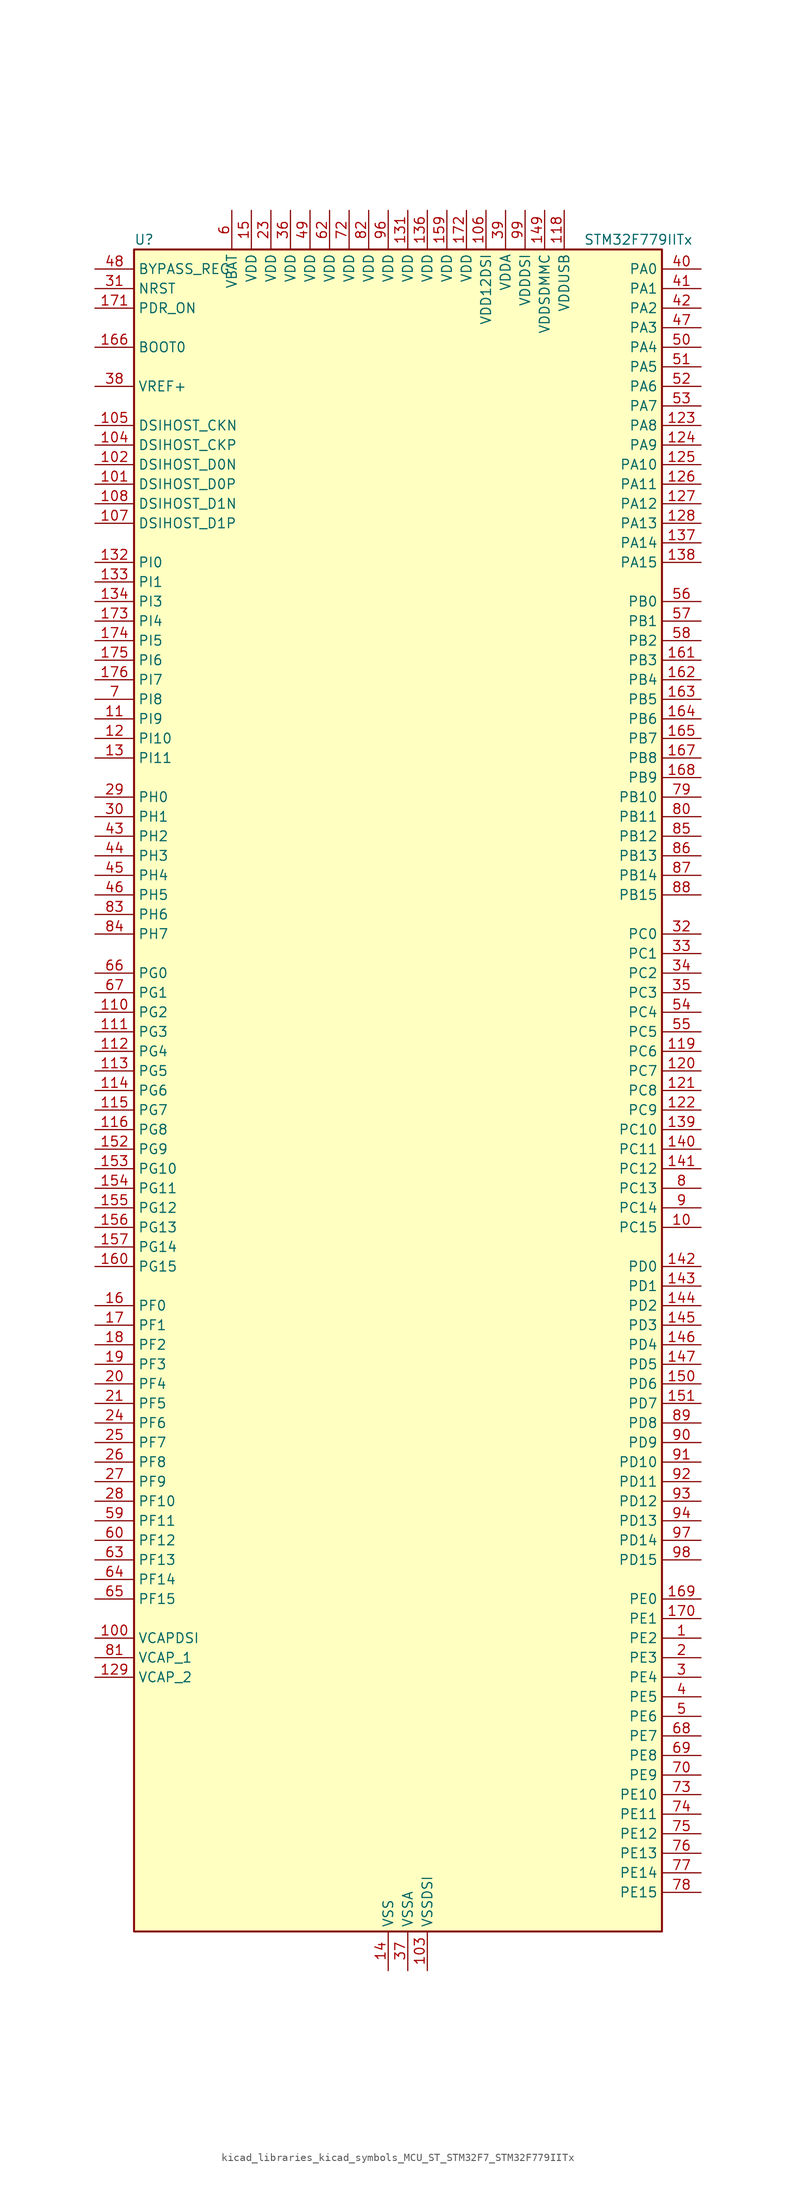
<source format=kicad_sym>
(kicad_symbol_lib
  (version 20220914)
  (generator kicad_symbol_editor)
  (symbol "kicad_libraries_kicad_symbols_MCU_ST_STM32F7_STM32F779IITx"
    (property "Reference" "U"
      (at -33.02 110.49 0)
      (effects (font (size 1.27 1.27)) (justify left)))
    (property "Value" "STM32F779IITx"
      (at 25.4 110.49 0)
      (effects (font (size 1.27 1.27)) (justify left)))
    (property "ki_locked" ""
      (at 0 0 0)
      (effects (font (size 1.27 1.27))))
    (symbol "kicad_libraries_kicad_symbols_MCU_ST_STM32F7_STM32F779IITx_0_1"
      (rectangle (start -33.02 -109.22) (end 35.56 109.22) (stroke (width 0.254) (type default)) (fill (type background))))
    (symbol "kicad_libraries_kicad_symbols_MCU_ST_STM32F7_STM32F779IITx_1_1"
      (pin bidirectional line (at 40.64 -71.12 180) (length 5.08) (name "PE2" (effects (font (size 1.27 1.27)))) (number "1" (effects (font (size 1.27 1.27)))) (alternate "ETH_TXD3" bidirectional line) (alternate "FMC_A23" bidirectional line) (alternate "QUADSPI_BK1_IO2" bidirectional line) (alternate "SAI1_MCLK_A" bidirectional line) (alternate "SPI4_SCK" bidirectional line) (alternate "SYS_TRACECLK" bidirectional line))
      (pin bidirectional line (at 40.64 -17.78 180) (length 5.08) (name "PC15" (effects (font (size 1.27 1.27)))) (number "10" (effects (font (size 1.27 1.27)))) (alternate "RCC_OSC32_OUT" bidirectional line))
      (pin power_out line (at -38.1 -71.12 0) (length 5.08) (name "VCAPDSI" (effects (font (size 1.27 1.27)))) (number "100" (effects (font (size 1.27 1.27)))))
      (pin bidirectional line (at -38.1 78.74 0) (length 5.08) (name "DSIHOST_D0P" (effects (font (size 1.27 1.27)))) (number "101" (effects (font (size 1.27 1.27)))) (alternate "DSIHOST_D0P" bidirectional line))
      (pin bidirectional line (at -38.1 81.28 0) (length 5.08) (name "DSIHOST_D0N" (effects (font (size 1.27 1.27)))) (number "102" (effects (font (size 1.27 1.27)))) (alternate "DSIHOST_D0N" bidirectional line))
      (pin power_in line (at 5.08 -114.3 90) (length 5.08) (name "VSSDSI" (effects (font (size 1.27 1.27)))) (number "103" (effects (font (size 1.27 1.27)))))
      (pin bidirectional line (at -38.1 83.82 0) (length 5.08) (name "DSIHOST_CKP" (effects (font (size 1.27 1.27)))) (number "104" (effects (font (size 1.27 1.27)))) (alternate "DSIHOST_CKP" bidirectional line))
      (pin bidirectional line (at -38.1 86.36 0) (length 5.08) (name "DSIHOST_CKN" (effects (font (size 1.27 1.27)))) (number "105" (effects (font (size 1.27 1.27)))) (alternate "DSIHOST_CKN" bidirectional line))
      (pin power_in line (at 12.7 114.3 270) (length 5.08) (name "VDD12DSI" (effects (font (size 1.27 1.27)))) (number "106" (effects (font (size 1.27 1.27)))))
      (pin bidirectional line (at -38.1 73.66 0) (length 5.08) (name "DSIHOST_D1P" (effects (font (size 1.27 1.27)))) (number "107" (effects (font (size 1.27 1.27)))) (alternate "DSIHOST_D1P" bidirectional line))
      (pin bidirectional line (at -38.1 76.2 0) (length 5.08) (name "DSIHOST_D1N" (effects (font (size 1.27 1.27)))) (number "108" (effects (font (size 1.27 1.27)))) (alternate "DSIHOST_D1N" bidirectional line))
      (pin passive line (at 5.08 -114.3 90) (length 5.08) hide (name "VSSDSI" (effects (font (size 1.27 1.27)))) (number "109" (effects (font (size 1.27 1.27)))))
      (pin bidirectional line (at -38.1 48.26 0) (length 5.08) (name "PI9" (effects (font (size 1.27 1.27)))) (number "11" (effects (font (size 1.27 1.27)))) (alternate "CAN1_RX" bidirectional line) (alternate "DAC_EXTI9" bidirectional line) (alternate "FMC_D30" bidirectional line) (alternate "LTDC_VSYNC" bidirectional line) (alternate "UART4_RX" bidirectional line))
      (pin bidirectional line (at -38.1 10.16 0) (length 5.08) (name "PG2" (effects (font (size 1.27 1.27)))) (number "110" (effects (font (size 1.27 1.27)))) (alternate "FMC_A12" bidirectional line))
      (pin bidirectional line (at -38.1 7.62 0) (length 5.08) (name "PG3" (effects (font (size 1.27 1.27)))) (number "111" (effects (font (size 1.27 1.27)))) (alternate "FMC_A13" bidirectional line))
      (pin bidirectional line (at -38.1 5.08 0) (length 5.08) (name "PG4" (effects (font (size 1.27 1.27)))) (number "112" (effects (font (size 1.27 1.27)))) (alternate "FMC_A14" bidirectional line) (alternate "FMC_BA0" bidirectional line))
      (pin bidirectional line (at -38.1 2.54 0) (length 5.08) (name "PG5" (effects (font (size 1.27 1.27)))) (number "113" (effects (font (size 1.27 1.27)))) (alternate "FMC_A15" bidirectional line) (alternate "FMC_BA1" bidirectional line))
      (pin bidirectional line (at -38.1 0 0) (length 5.08) (name "PG6" (effects (font (size 1.27 1.27)))) (number "114" (effects (font (size 1.27 1.27)))) (alternate "DCMI_D12" bidirectional line) (alternate "FMC_NE3" bidirectional line) (alternate "LTDC_R7" bidirectional line))
      (pin bidirectional line (at -38.1 -2.54 0) (length 5.08) (name "PG7" (effects (font (size 1.27 1.27)))) (number "115" (effects (font (size 1.27 1.27)))) (alternate "DCMI_D13" bidirectional line) (alternate "FMC_INT" bidirectional line) (alternate "LTDC_CLK" bidirectional line) (alternate "SAI1_MCLK_A" bidirectional line) (alternate "USART6_CK" bidirectional line))
      (pin bidirectional line (at -38.1 -5.08 0) (length 5.08) (name "PG8" (effects (font (size 1.27 1.27)))) (number "116" (effects (font (size 1.27 1.27)))) (alternate "ETH_PPS_OUT" bidirectional line) (alternate "FMC_SDCLK" bidirectional line) (alternate "LTDC_G7" bidirectional line) (alternate "SPDIFRX_IN2" bidirectional line) (alternate "SPI6_NSS" bidirectional line) (alternate "USART6_DE" bidirectional line) (alternate "USART6_RTS" bidirectional line))
      (pin passive line (at 0 -114.3 90) (length 5.08) hide (name "VSS" (effects (font (size 1.27 1.27)))) (number "117" (effects (font (size 1.27 1.27)))))
      (pin power_in line (at 22.86 114.3 270) (length 5.08) (name "VDDUSB" (effects (font (size 1.27 1.27)))) (number "118" (effects (font (size 1.27 1.27)))))
      (pin bidirectional line (at 40.64 5.08 180) (length 5.08) (name "PC6" (effects (font (size 1.27 1.27)))) (number "119" (effects (font (size 1.27 1.27)))) (alternate "DCMI_D0" bidirectional line) (alternate "DFSDM1_CKIN3" bidirectional line) (alternate "FMC_NWAIT" bidirectional line) (alternate "I2S2_MCK" bidirectional line) (alternate "LTDC_HSYNC" bidirectional line) (alternate "SDMMC1_D6" bidirectional line) (alternate "SDMMC2_D6" bidirectional line) (alternate "TIM3_CH1" bidirectional line) (alternate "TIM8_CH1" bidirectional line) (alternate "USART6_TX" bidirectional line))
      (pin bidirectional line (at -38.1 45.72 0) (length 5.08) (name "PI10" (effects (font (size 1.27 1.27)))) (number "12" (effects (font (size 1.27 1.27)))) (alternate "ETH_RX_ER" bidirectional line) (alternate "FMC_D31" bidirectional line) (alternate "LTDC_HSYNC" bidirectional line))
      (pin bidirectional line (at 40.64 2.54 180) (length 5.08) (name "PC7" (effects (font (size 1.27 1.27)))) (number "120" (effects (font (size 1.27 1.27)))) (alternate "DCMI_D1" bidirectional line) (alternate "DFSDM1_DATIN3" bidirectional line) (alternate "FMC_NE1" bidirectional line) (alternate "I2S3_MCK" bidirectional line) (alternate "LTDC_G6" bidirectional line) (alternate "SDMMC1_D7" bidirectional line) (alternate "SDMMC2_D7" bidirectional line) (alternate "TIM3_CH2" bidirectional line) (alternate "TIM8_CH2" bidirectional line) (alternate "USART6_RX" bidirectional line))
      (pin bidirectional line (at 40.64 0 180) (length 5.08) (name "PC8" (effects (font (size 1.27 1.27)))) (number "121" (effects (font (size 1.27 1.27)))) (alternate "DCMI_D2" bidirectional line) (alternate "FMC_NCE" bidirectional line) (alternate "FMC_NE2" bidirectional line) (alternate "SDMMC1_D0" bidirectional line) (alternate "SYS_TRACED1" bidirectional line) (alternate "TIM3_CH3" bidirectional line) (alternate "TIM8_CH3" bidirectional line) (alternate "UART5_DE" bidirectional line) (alternate "UART5_RTS" bidirectional line) (alternate "USART6_CK" bidirectional line))
      (pin bidirectional line (at 40.64 -2.54 180) (length 5.08) (name "PC9" (effects (font (size 1.27 1.27)))) (number "122" (effects (font (size 1.27 1.27)))) (alternate "DAC_EXTI9" bidirectional line) (alternate "DCMI_D3" bidirectional line) (alternate "I2C3_SDA" bidirectional line) (alternate "I2S_CKIN" bidirectional line) (alternate "LTDC_B2" bidirectional line) (alternate "LTDC_G3" bidirectional line) (alternate "QUADSPI_BK1_IO0" bidirectional line) (alternate "RCC_MCO_2" bidirectional line) (alternate "SDMMC1_D1" bidirectional line) (alternate "TIM3_CH4" bidirectional line) (alternate "TIM8_CH4" bidirectional line) (alternate "UART5_CTS" bidirectional line))
      (pin bidirectional line (at 40.64 86.36 180) (length 5.08) (name "PA8" (effects (font (size 1.27 1.27)))) (number "123" (effects (font (size 1.27 1.27)))) (alternate "CAN3_RX" bidirectional line) (alternate "I2C3_SCL" bidirectional line) (alternate "LTDC_B3" bidirectional line) (alternate "LTDC_R6" bidirectional line) (alternate "RCC_MCO_1" bidirectional line) (alternate "TIM1_CH1" bidirectional line) (alternate "TIM8_BKIN2" bidirectional line) (alternate "UART7_RX" bidirectional line) (alternate "USART1_CK" bidirectional line) (alternate "USB_OTG_FS_SOF" bidirectional line))
      (pin bidirectional line (at 40.64 83.82 180) (length 5.08) (name "PA9" (effects (font (size 1.27 1.27)))) (number "124" (effects (font (size 1.27 1.27)))) (alternate "DAC_EXTI9" bidirectional line) (alternate "DCMI_D0" bidirectional line) (alternate "I2C3_SMBA" bidirectional line) (alternate "I2S2_CK" bidirectional line) (alternate "LTDC_R5" bidirectional line) (alternate "SPI2_SCK" bidirectional line) (alternate "TIM1_CH2" bidirectional line) (alternate "USART1_TX" bidirectional line) (alternate "USB_OTG_FS_VBUS" bidirectional line))
      (pin bidirectional line (at 40.64 81.28 180) (length 5.08) (name "PA10" (effects (font (size 1.27 1.27)))) (number "125" (effects (font (size 1.27 1.27)))) (alternate "DCMI_D1" bidirectional line) (alternate "LTDC_B1" bidirectional line) (alternate "LTDC_B4" bidirectional line) (alternate "MDIOS_MDIO" bidirectional line) (alternate "TIM1_CH3" bidirectional line) (alternate "USART1_RX" bidirectional line) (alternate "USB_OTG_FS_ID" bidirectional line))
      (pin bidirectional line (at 40.64 78.74 180) (length 5.08) (name "PA11" (effects (font (size 1.27 1.27)))) (number "126" (effects (font (size 1.27 1.27)))) (alternate "ADC1_EXTI11" bidirectional line) (alternate "ADC2_EXTI11" bidirectional line) (alternate "ADC3_EXTI11" bidirectional line) (alternate "CAN1_RX" bidirectional line) (alternate "I2S2_WS" bidirectional line) (alternate "LTDC_R4" bidirectional line) (alternate "SPI2_NSS" bidirectional line) (alternate "TIM1_CH4" bidirectional line) (alternate "UART4_RX" bidirectional line) (alternate "USART1_CTS" bidirectional line) (alternate "USB_OTG_FS_DM" bidirectional line))
      (pin bidirectional line (at 40.64 76.2 180) (length 5.08) (name "PA12" (effects (font (size 1.27 1.27)))) (number "127" (effects (font (size 1.27 1.27)))) (alternate "CAN1_TX" bidirectional line) (alternate "I2S2_CK" bidirectional line) (alternate "LTDC_R5" bidirectional line) (alternate "SAI2_FS_B" bidirectional line) (alternate "SPI2_SCK" bidirectional line) (alternate "TIM1_ETR" bidirectional line) (alternate "UART4_TX" bidirectional line) (alternate "USART1_DE" bidirectional line) (alternate "USART1_RTS" bidirectional line) (alternate "USB_OTG_FS_DP" bidirectional line))
      (pin bidirectional line (at 40.64 73.66 180) (length 5.08) (name "PA13" (effects (font (size 1.27 1.27)))) (number "128" (effects (font (size 1.27 1.27)))) (alternate "SYS_JTMS-SWDIO" bidirectional line))
      (pin power_out line (at -38.1 -76.2 0) (length 5.08) (name "VCAP_2" (effects (font (size 1.27 1.27)))) (number "129" (effects (font (size 1.27 1.27)))))
      (pin bidirectional line (at -38.1 43.18 0) (length 5.08) (name "PI11" (effects (font (size 1.27 1.27)))) (number "13" (effects (font (size 1.27 1.27)))) (alternate "ADC1_EXTI11" bidirectional line) (alternate "ADC2_EXTI11" bidirectional line) (alternate "ADC3_EXTI11" bidirectional line) (alternate "LTDC_G6" bidirectional line) (alternate "SYS_WKUP6" bidirectional line) (alternate "USB_OTG_HS_ULPI_DIR" bidirectional line))
      (pin passive line (at 0 -114.3 90) (length 5.08) hide (name "VSS" (effects (font (size 1.27 1.27)))) (number "130" (effects (font (size 1.27 1.27)))))
      (pin power_in line (at 2.54 114.3 270) (length 5.08) (name "VDD" (effects (font (size 1.27 1.27)))) (number "131" (effects (font (size 1.27 1.27)))))
      (pin bidirectional line (at -38.1 68.58 0) (length 5.08) (name "PI0" (effects (font (size 1.27 1.27)))) (number "132" (effects (font (size 1.27 1.27)))) (alternate "DCMI_D13" bidirectional line) (alternate "FMC_D24" bidirectional line) (alternate "I2S2_WS" bidirectional line) (alternate "LTDC_G5" bidirectional line) (alternate "SPI2_NSS" bidirectional line) (alternate "TIM5_CH4" bidirectional line))
      (pin bidirectional line (at -38.1 66.04 0) (length 5.08) (name "PI1" (effects (font (size 1.27 1.27)))) (number "133" (effects (font (size 1.27 1.27)))) (alternate "DCMI_D8" bidirectional line) (alternate "FMC_D25" bidirectional line) (alternate "I2S2_CK" bidirectional line) (alternate "LTDC_G6" bidirectional line) (alternate "SPI2_SCK" bidirectional line) (alternate "TIM8_BKIN2" bidirectional line))
      (pin bidirectional line (at -38.1 63.5 0) (length 5.08) (name "PI3" (effects (font (size 1.27 1.27)))) (number "134" (effects (font (size 1.27 1.27)))) (alternate "DCMI_D10" bidirectional line) (alternate "FMC_D27" bidirectional line) (alternate "I2S2_SD" bidirectional line) (alternate "SPI2_MOSI" bidirectional line) (alternate "TIM8_ETR" bidirectional line))
      (pin passive line (at 0 -114.3 90) (length 5.08) hide (name "VSS" (effects (font (size 1.27 1.27)))) (number "135" (effects (font (size 1.27 1.27)))))
      (pin power_in line (at 5.08 114.3 270) (length 5.08) (name "VDD" (effects (font (size 1.27 1.27)))) (number "136" (effects (font (size 1.27 1.27)))))
      (pin bidirectional line (at 40.64 71.12 180) (length 5.08) (name "PA14" (effects (font (size 1.27 1.27)))) (number "137" (effects (font (size 1.27 1.27)))) (alternate "SYS_JTCK-SWCLK" bidirectional line))
      (pin bidirectional line (at 40.64 68.58 180) (length 5.08) (name "PA15" (effects (font (size 1.27 1.27)))) (number "138" (effects (font (size 1.27 1.27)))) (alternate "CAN3_TX" bidirectional line) (alternate "CEC" bidirectional line) (alternate "I2S1_WS" bidirectional line) (alternate "I2S3_WS" bidirectional line) (alternate "SPI1_NSS" bidirectional line) (alternate "SPI3_NSS" bidirectional line) (alternate "SPI6_NSS" bidirectional line) (alternate "SYS_JTDI" bidirectional line) (alternate "TIM2_CH1" bidirectional line) (alternate "TIM2_ETR" bidirectional line) (alternate "UART4_DE" bidirectional line) (alternate "UART4_RTS" bidirectional line) (alternate "UART7_TX" bidirectional line))
      (pin bidirectional line (at 40.64 -5.08 180) (length 5.08) (name "PC10" (effects (font (size 1.27 1.27)))) (number "139" (effects (font (size 1.27 1.27)))) (alternate "DCMI_D8" bidirectional line) (alternate "DFSDM1_CKIN5" bidirectional line) (alternate "I2S3_CK" bidirectional line) (alternate "LTDC_R2" bidirectional line) (alternate "QUADSPI_BK1_IO1" bidirectional line) (alternate "SDMMC1_D2" bidirectional line) (alternate "SPI3_SCK" bidirectional line) (alternate "UART4_TX" bidirectional line) (alternate "USART3_TX" bidirectional line))
      (pin power_in line (at 0 -114.3 90) (length 5.08) (name "VSS" (effects (font (size 1.27 1.27)))) (number "14" (effects (font (size 1.27 1.27)))))
      (pin bidirectional line (at 40.64 -7.62 180) (length 5.08) (name "PC11" (effects (font (size 1.27 1.27)))) (number "140" (effects (font (size 1.27 1.27)))) (alternate "ADC1_EXTI11" bidirectional line) (alternate "ADC2_EXTI11" bidirectional line) (alternate "ADC3_EXTI11" bidirectional line) (alternate "DCMI_D4" bidirectional line) (alternate "DFSDM1_DATIN5" bidirectional line) (alternate "QUADSPI_BK2_NCS" bidirectional line) (alternate "SDMMC1_D3" bidirectional line) (alternate "SPI3_MISO" bidirectional line) (alternate "UART4_RX" bidirectional line) (alternate "USART3_RX" bidirectional line))
      (pin bidirectional line (at 40.64 -10.16 180) (length 5.08) (name "PC12" (effects (font (size 1.27 1.27)))) (number "141" (effects (font (size 1.27 1.27)))) (alternate "DCMI_D9" bidirectional line) (alternate "I2S3_SD" bidirectional line) (alternate "SDMMC1_CK" bidirectional line) (alternate "SPI3_MOSI" bidirectional line) (alternate "SYS_TRACED3" bidirectional line) (alternate "UART5_TX" bidirectional line) (alternate "USART3_CK" bidirectional line))
      (pin bidirectional line (at 40.64 -22.86 180) (length 5.08) (name "PD0" (effects (font (size 1.27 1.27)))) (number "142" (effects (font (size 1.27 1.27)))) (alternate "CAN1_RX" bidirectional line) (alternate "DFSDM1_CKIN6" bidirectional line) (alternate "DFSDM1_DATIN7" bidirectional line) (alternate "FMC_D2" bidirectional line) (alternate "FMC_DA2" bidirectional line) (alternate "UART4_RX" bidirectional line))
      (pin bidirectional line (at 40.64 -25.4 180) (length 5.08) (name "PD1" (effects (font (size 1.27 1.27)))) (number "143" (effects (font (size 1.27 1.27)))) (alternate "CAN1_TX" bidirectional line) (alternate "DFSDM1_CKIN7" bidirectional line) (alternate "DFSDM1_DATIN6" bidirectional line) (alternate "FMC_D3" bidirectional line) (alternate "FMC_DA3" bidirectional line) (alternate "UART4_TX" bidirectional line))
      (pin bidirectional line (at 40.64 -27.94 180) (length 5.08) (name "PD2" (effects (font (size 1.27 1.27)))) (number "144" (effects (font (size 1.27 1.27)))) (alternate "DCMI_D11" bidirectional line) (alternate "SDMMC1_CMD" bidirectional line) (alternate "SYS_TRACED2" bidirectional line) (alternate "TIM3_ETR" bidirectional line) (alternate "UART5_RX" bidirectional line))
      (pin bidirectional line (at 40.64 -30.48 180) (length 5.08) (name "PD3" (effects (font (size 1.27 1.27)))) (number "145" (effects (font (size 1.27 1.27)))) (alternate "DCMI_D5" bidirectional line) (alternate "DFSDM1_CKOUT" bidirectional line) (alternate "DFSDM1_DATIN0" bidirectional line) (alternate "FMC_CLK" bidirectional line) (alternate "I2S2_CK" bidirectional line) (alternate "LTDC_G7" bidirectional line) (alternate "SPI2_SCK" bidirectional line) (alternate "USART2_CTS" bidirectional line))
      (pin bidirectional line (at 40.64 -33.02 180) (length 5.08) (name "PD4" (effects (font (size 1.27 1.27)))) (number "146" (effects (font (size 1.27 1.27)))) (alternate "DFSDM1_CKIN0" bidirectional line) (alternate "FMC_NOE" bidirectional line) (alternate "USART2_DE" bidirectional line) (alternate "USART2_RTS" bidirectional line))
      (pin bidirectional line (at 40.64 -35.56 180) (length 5.08) (name "PD5" (effects (font (size 1.27 1.27)))) (number "147" (effects (font (size 1.27 1.27)))) (alternate "FMC_NWE" bidirectional line) (alternate "USART2_TX" bidirectional line))
      (pin passive line (at 0 -114.3 90) (length 5.08) hide (name "VSS" (effects (font (size 1.27 1.27)))) (number "148" (effects (font (size 1.27 1.27)))))
      (pin power_in line (at 20.32 114.3 270) (length 5.08) (name "VDDSDMMC" (effects (font (size 1.27 1.27)))) (number "149" (effects (font (size 1.27 1.27)))))
      (pin power_in line (at -17.78 114.3 270) (length 5.08) (name "VDD" (effects (font (size 1.27 1.27)))) (number "15" (effects (font (size 1.27 1.27)))))
      (pin bidirectional line (at 40.64 -38.1 180) (length 5.08) (name "PD6" (effects (font (size 1.27 1.27)))) (number "150" (effects (font (size 1.27 1.27)))) (alternate "DCMI_D10" bidirectional line) (alternate "DFSDM1_CKIN4" bidirectional line) (alternate "DFSDM1_DATIN1" bidirectional line) (alternate "FMC_NWAIT" bidirectional line) (alternate "I2S3_SD" bidirectional line) (alternate "LTDC_B2" bidirectional line) (alternate "SAI1_SD_A" bidirectional line) (alternate "SDMMC2_CK" bidirectional line) (alternate "SPI3_MOSI" bidirectional line) (alternate "USART2_RX" bidirectional line))
      (pin bidirectional line (at 40.64 -40.64 180) (length 5.08) (name "PD7" (effects (font (size 1.27 1.27)))) (number "151" (effects (font (size 1.27 1.27)))) (alternate "DFSDM1_CKIN1" bidirectional line) (alternate "DFSDM1_DATIN4" bidirectional line) (alternate "FMC_NE1" bidirectional line) (alternate "I2S1_SD" bidirectional line) (alternate "SDMMC2_CMD" bidirectional line) (alternate "SPDIFRX_IN0" bidirectional line) (alternate "SPI1_MOSI" bidirectional line) (alternate "USART2_CK" bidirectional line))
      (pin bidirectional line (at -38.1 -7.62 0) (length 5.08) (name "PG9" (effects (font (size 1.27 1.27)))) (number "152" (effects (font (size 1.27 1.27)))) (alternate "DAC_EXTI9" bidirectional line) (alternate "DCMI_VSYNC" bidirectional line) (alternate "FMC_NCE" bidirectional line) (alternate "FMC_NE2" bidirectional line) (alternate "QUADSPI_BK2_IO2" bidirectional line) (alternate "SAI2_FS_B" bidirectional line) (alternate "SDMMC2_D0" bidirectional line) (alternate "SPDIFRX_IN3" bidirectional line) (alternate "SPI1_MISO" bidirectional line) (alternate "USART6_RX" bidirectional line))
      (pin bidirectional line (at -38.1 -10.16 0) (length 5.08) (name "PG10" (effects (font (size 1.27 1.27)))) (number "153" (effects (font (size 1.27 1.27)))) (alternate "DCMI_D2" bidirectional line) (alternate "FMC_NE3" bidirectional line) (alternate "I2S1_WS" bidirectional line) (alternate "LTDC_B2" bidirectional line) (alternate "LTDC_G3" bidirectional line) (alternate "SAI2_SD_B" bidirectional line) (alternate "SDMMC2_D1" bidirectional line) (alternate "SPI1_NSS" bidirectional line))
      (pin bidirectional line (at -38.1 -12.7 0) (length 5.08) (name "PG11" (effects (font (size 1.27 1.27)))) (number "154" (effects (font (size 1.27 1.27)))) (alternate "ADC1_EXTI11" bidirectional line) (alternate "ADC2_EXTI11" bidirectional line) (alternate "ADC3_EXTI11" bidirectional line) (alternate "DCMI_D3" bidirectional line) (alternate "ETH_TX_EN" bidirectional line) (alternate "I2S1_CK" bidirectional line) (alternate "LTDC_B3" bidirectional line) (alternate "SDMMC2_D2" bidirectional line) (alternate "SPDIFRX_IN0" bidirectional line) (alternate "SPI1_SCK" bidirectional line))
      (pin bidirectional line (at -38.1 -15.24 0) (length 5.08) (name "PG12" (effects (font (size 1.27 1.27)))) (number "155" (effects (font (size 1.27 1.27)))) (alternate "FMC_NE4" bidirectional line) (alternate "LPTIM1_IN1" bidirectional line) (alternate "LTDC_B1" bidirectional line) (alternate "LTDC_B4" bidirectional line) (alternate "SDMMC2_D3" bidirectional line) (alternate "SPDIFRX_IN1" bidirectional line) (alternate "SPI6_MISO" bidirectional line) (alternate "USART6_DE" bidirectional line) (alternate "USART6_RTS" bidirectional line))
      (pin bidirectional line (at -38.1 -17.78 0) (length 5.08) (name "PG13" (effects (font (size 1.27 1.27)))) (number "156" (effects (font (size 1.27 1.27)))) (alternate "ETH_TXD0" bidirectional line) (alternate "FMC_A24" bidirectional line) (alternate "LPTIM1_OUT" bidirectional line) (alternate "LTDC_R0" bidirectional line) (alternate "SPI6_SCK" bidirectional line) (alternate "SYS_TRACED0" bidirectional line) (alternate "USART6_CTS" bidirectional line))
      (pin bidirectional line (at -38.1 -20.32 0) (length 5.08) (name "PG14" (effects (font (size 1.27 1.27)))) (number "157" (effects (font (size 1.27 1.27)))) (alternate "ETH_TXD1" bidirectional line) (alternate "FMC_A25" bidirectional line) (alternate "LPTIM1_ETR" bidirectional line) (alternate "LTDC_B0" bidirectional line) (alternate "QUADSPI_BK2_IO3" bidirectional line) (alternate "SPI6_MOSI" bidirectional line) (alternate "SYS_TRACED1" bidirectional line) (alternate "USART6_TX" bidirectional line))
      (pin passive line (at 0 -114.3 90) (length 5.08) hide (name "VSS" (effects (font (size 1.27 1.27)))) (number "158" (effects (font (size 1.27 1.27)))))
      (pin power_in line (at 7.62 114.3 270) (length 5.08) (name "VDD" (effects (font (size 1.27 1.27)))) (number "159" (effects (font (size 1.27 1.27)))))
      (pin bidirectional line (at -38.1 -27.94 0) (length 5.08) (name "PF0" (effects (font (size 1.27 1.27)))) (number "16" (effects (font (size 1.27 1.27)))) (alternate "FMC_A0" bidirectional line) (alternate "I2C2_SDA" bidirectional line))
      (pin bidirectional line (at -38.1 -22.86 0) (length 5.08) (name "PG15" (effects (font (size 1.27 1.27)))) (number "160" (effects (font (size 1.27 1.27)))) (alternate "DCMI_D13" bidirectional line) (alternate "FMC_SDNCAS" bidirectional line) (alternate "USART6_CTS" bidirectional line))
      (pin bidirectional line (at 40.64 55.88 180) (length 5.08) (name "PB3" (effects (font (size 1.27 1.27)))) (number "161" (effects (font (size 1.27 1.27)))) (alternate "CAN3_RX" bidirectional line) (alternate "I2S1_CK" bidirectional line) (alternate "I2S3_CK" bidirectional line) (alternate "SDMMC2_D2" bidirectional line) (alternate "SPI1_SCK" bidirectional line) (alternate "SPI3_SCK" bidirectional line) (alternate "SPI6_SCK" bidirectional line) (alternate "SYS_JTDO-SWO" bidirectional line) (alternate "TIM2_CH2" bidirectional line) (alternate "UART7_RX" bidirectional line))
      (pin bidirectional line (at 40.64 53.34 180) (length 5.08) (name "PB4" (effects (font (size 1.27 1.27)))) (number "162" (effects (font (size 1.27 1.27)))) (alternate "CAN3_TX" bidirectional line) (alternate "I2S2_WS" bidirectional line) (alternate "SDMMC2_D3" bidirectional line) (alternate "SPI1_MISO" bidirectional line) (alternate "SPI2_NSS" bidirectional line) (alternate "SPI3_MISO" bidirectional line) (alternate "SPI6_MISO" bidirectional line) (alternate "SYS_JTRST" bidirectional line) (alternate "TIM3_CH1" bidirectional line) (alternate "UART7_TX" bidirectional line))
      (pin bidirectional line (at 40.64 50.8 180) (length 5.08) (name "PB5" (effects (font (size 1.27 1.27)))) (number "163" (effects (font (size 1.27 1.27)))) (alternate "CAN2_RX" bidirectional line) (alternate "DCMI_D10" bidirectional line) (alternate "ETH_PPS_OUT" bidirectional line) (alternate "FMC_SDCKE1" bidirectional line) (alternate "I2C1_SMBA" bidirectional line) (alternate "I2S1_SD" bidirectional line) (alternate "I2S3_SD" bidirectional line) (alternate "LTDC_G7" bidirectional line) (alternate "SPI1_MOSI" bidirectional line) (alternate "SPI3_MOSI" bidirectional line) (alternate "SPI6_MOSI" bidirectional line) (alternate "TIM3_CH2" bidirectional line) (alternate "UART5_RX" bidirectional line) (alternate "USB_OTG_HS_ULPI_D7" bidirectional line))
      (pin bidirectional line (at 40.64 48.26 180) (length 5.08) (name "PB6" (effects (font (size 1.27 1.27)))) (number "164" (effects (font (size 1.27 1.27)))) (alternate "CAN2_TX" bidirectional line) (alternate "CEC" bidirectional line) (alternate "DCMI_D5" bidirectional line) (alternate "DFSDM1_DATIN5" bidirectional line) (alternate "FMC_SDNE1" bidirectional line) (alternate "I2C1_SCL" bidirectional line) (alternate "I2C4_SCL" bidirectional line) (alternate "QUADSPI_BK1_NCS" bidirectional line) (alternate "TIM4_CH1" bidirectional line) (alternate "UART5_TX" bidirectional line) (alternate "USART1_TX" bidirectional line))
      (pin bidirectional line (at 40.64 45.72 180) (length 5.08) (name "PB7" (effects (font (size 1.27 1.27)))) (number "165" (effects (font (size 1.27 1.27)))) (alternate "DCMI_VSYNC" bidirectional line) (alternate "DFSDM1_CKIN5" bidirectional line) (alternate "FMC_NL" bidirectional line) (alternate "I2C1_SDA" bidirectional line) (alternate "I2C4_SDA" bidirectional line) (alternate "TIM4_CH2" bidirectional line) (alternate "USART1_RX" bidirectional line))
      (pin input line (at -38.1 96.52 0) (length 5.08) (name "BOOT0" (effects (font (size 1.27 1.27)))) (number "166" (effects (font (size 1.27 1.27)))))
      (pin bidirectional line (at 40.64 43.18 180) (length 5.08) (name "PB8" (effects (font (size 1.27 1.27)))) (number "167" (effects (font (size 1.27 1.27)))) (alternate "CAN1_RX" bidirectional line) (alternate "DCMI_D6" bidirectional line) (alternate "DFSDM1_CKIN7" bidirectional line) (alternate "ETH_TXD3" bidirectional line) (alternate "I2C1_SCL" bidirectional line) (alternate "I2C4_SCL" bidirectional line) (alternate "LTDC_B6" bidirectional line) (alternate "SDMMC1_D4" bidirectional line) (alternate "SDMMC2_D4" bidirectional line) (alternate "TIM10_CH1" bidirectional line) (alternate "TIM4_CH3" bidirectional line) (alternate "UART5_RX" bidirectional line))
      (pin bidirectional line (at 40.64 40.64 180) (length 5.08) (name "PB9" (effects (font (size 1.27 1.27)))) (number "168" (effects (font (size 1.27 1.27)))) (alternate "CAN1_TX" bidirectional line) (alternate "DAC_EXTI9" bidirectional line) (alternate "DCMI_D7" bidirectional line) (alternate "DFSDM1_DATIN7" bidirectional line) (alternate "I2C1_SDA" bidirectional line) (alternate "I2C4_SDA" bidirectional line) (alternate "I2C4_SMBA" bidirectional line) (alternate "I2S2_WS" bidirectional line) (alternate "LTDC_B7" bidirectional line) (alternate "SDMMC1_D5" bidirectional line) (alternate "SDMMC2_D5" bidirectional line) (alternate "SPI2_NSS" bidirectional line) (alternate "TIM11_CH1" bidirectional line) (alternate "TIM4_CH4" bidirectional line) (alternate "UART5_TX" bidirectional line))
      (pin bidirectional line (at 40.64 -66.04 180) (length 5.08) (name "PE0" (effects (font (size 1.27 1.27)))) (number "169" (effects (font (size 1.27 1.27)))) (alternate "DCMI_D2" bidirectional line) (alternate "FMC_NBL0" bidirectional line) (alternate "LPTIM1_ETR" bidirectional line) (alternate "SAI2_MCLK_A" bidirectional line) (alternate "TIM4_ETR" bidirectional line) (alternate "UART8_RX" bidirectional line))
      (pin bidirectional line (at -38.1 -30.48 0) (length 5.08) (name "PF1" (effects (font (size 1.27 1.27)))) (number "17" (effects (font (size 1.27 1.27)))) (alternate "FMC_A1" bidirectional line) (alternate "I2C2_SCL" bidirectional line))
      (pin bidirectional line (at 40.64 -68.58 180) (length 5.08) (name "PE1" (effects (font (size 1.27 1.27)))) (number "170" (effects (font (size 1.27 1.27)))) (alternate "DCMI_D3" bidirectional line) (alternate "FMC_NBL1" bidirectional line) (alternate "LPTIM1_IN2" bidirectional line) (alternate "UART8_TX" bidirectional line))
      (pin input line (at -38.1 101.6 0) (length 5.08) (name "PDR_ON" (effects (font (size 1.27 1.27)))) (number "171" (effects (font (size 1.27 1.27)))))
      (pin power_in line (at 10.16 114.3 270) (length 5.08) (name "VDD" (effects (font (size 1.27 1.27)))) (number "172" (effects (font (size 1.27 1.27)))))
      (pin bidirectional line (at -38.1 60.96 0) (length 5.08) (name "PI4" (effects (font (size 1.27 1.27)))) (number "173" (effects (font (size 1.27 1.27)))) (alternate "DCMI_D5" bidirectional line) (alternate "FMC_NBL2" bidirectional line) (alternate "LTDC_B4" bidirectional line) (alternate "SAI2_MCLK_A" bidirectional line) (alternate "TIM8_BKIN" bidirectional line))
      (pin bidirectional line (at -38.1 58.42 0) (length 5.08) (name "PI5" (effects (font (size 1.27 1.27)))) (number "174" (effects (font (size 1.27 1.27)))) (alternate "DCMI_VSYNC" bidirectional line) (alternate "FMC_NBL3" bidirectional line) (alternate "LTDC_B5" bidirectional line) (alternate "SAI2_SCK_A" bidirectional line) (alternate "TIM8_CH1" bidirectional line))
      (pin bidirectional line (at -38.1 55.88 0) (length 5.08) (name "PI6" (effects (font (size 1.27 1.27)))) (number "175" (effects (font (size 1.27 1.27)))) (alternate "DCMI_D6" bidirectional line) (alternate "FMC_D28" bidirectional line) (alternate "LTDC_B6" bidirectional line) (alternate "SAI2_SD_A" bidirectional line) (alternate "TIM8_CH2" bidirectional line))
      (pin bidirectional line (at -38.1 53.34 0) (length 5.08) (name "PI7" (effects (font (size 1.27 1.27)))) (number "176" (effects (font (size 1.27 1.27)))) (alternate "DCMI_D7" bidirectional line) (alternate "FMC_D29" bidirectional line) (alternate "LTDC_B7" bidirectional line) (alternate "SAI2_FS_A" bidirectional line) (alternate "TIM8_CH3" bidirectional line))
      (pin bidirectional line (at -38.1 -33.02 0) (length 5.08) (name "PF2" (effects (font (size 1.27 1.27)))) (number "18" (effects (font (size 1.27 1.27)))) (alternate "FMC_A2" bidirectional line) (alternate "I2C2_SMBA" bidirectional line))
      (pin bidirectional line (at -38.1 -35.56 0) (length 5.08) (name "PF3" (effects (font (size 1.27 1.27)))) (number "19" (effects (font (size 1.27 1.27)))) (alternate "ADC3_IN9" bidirectional line) (alternate "FMC_A3" bidirectional line))
      (pin bidirectional line (at 40.64 -73.66 180) (length 5.08) (name "PE3" (effects (font (size 1.27 1.27)))) (number "2" (effects (font (size 1.27 1.27)))) (alternate "FMC_A19" bidirectional line) (alternate "SAI1_SD_B" bidirectional line) (alternate "SYS_TRACED0" bidirectional line))
      (pin bidirectional line (at -38.1 -38.1 0) (length 5.08) (name "PF4" (effects (font (size 1.27 1.27)))) (number "20" (effects (font (size 1.27 1.27)))) (alternate "ADC3_IN14" bidirectional line) (alternate "FMC_A4" bidirectional line))
      (pin bidirectional line (at -38.1 -40.64 0) (length 5.08) (name "PF5" (effects (font (size 1.27 1.27)))) (number "21" (effects (font (size 1.27 1.27)))) (alternate "ADC3_IN15" bidirectional line) (alternate "FMC_A5" bidirectional line))
      (pin passive line (at 0 -114.3 90) (length 5.08) hide (name "VSS" (effects (font (size 1.27 1.27)))) (number "22" (effects (font (size 1.27 1.27)))))
      (pin power_in line (at -15.24 114.3 270) (length 5.08) (name "VDD" (effects (font (size 1.27 1.27)))) (number "23" (effects (font (size 1.27 1.27)))))
      (pin bidirectional line (at -38.1 -43.18 0) (length 5.08) (name "PF6" (effects (font (size 1.27 1.27)))) (number "24" (effects (font (size 1.27 1.27)))) (alternate "ADC3_IN4" bidirectional line) (alternate "QUADSPI_BK1_IO3" bidirectional line) (alternate "SAI1_SD_B" bidirectional line) (alternate "SPI5_NSS" bidirectional line) (alternate "TIM10_CH1" bidirectional line) (alternate "UART7_RX" bidirectional line))
      (pin bidirectional line (at -38.1 -45.72 0) (length 5.08) (name "PF7" (effects (font (size 1.27 1.27)))) (number "25" (effects (font (size 1.27 1.27)))) (alternate "ADC3_IN5" bidirectional line) (alternate "QUADSPI_BK1_IO2" bidirectional line) (alternate "SAI1_MCLK_B" bidirectional line) (alternate "SPI5_SCK" bidirectional line) (alternate "TIM11_CH1" bidirectional line) (alternate "UART7_TX" bidirectional line))
      (pin bidirectional line (at -38.1 -48.26 0) (length 5.08) (name "PF8" (effects (font (size 1.27 1.27)))) (number "26" (effects (font (size 1.27 1.27)))) (alternate "ADC3_IN6" bidirectional line) (alternate "QUADSPI_BK1_IO0" bidirectional line) (alternate "SAI1_SCK_B" bidirectional line) (alternate "SPI5_MISO" bidirectional line) (alternate "TIM13_CH1" bidirectional line) (alternate "UART7_DE" bidirectional line) (alternate "UART7_RTS" bidirectional line))
      (pin bidirectional line (at -38.1 -50.8 0) (length 5.08) (name "PF9" (effects (font (size 1.27 1.27)))) (number "27" (effects (font (size 1.27 1.27)))) (alternate "ADC3_IN7" bidirectional line) (alternate "DAC_EXTI9" bidirectional line) (alternate "QUADSPI_BK1_IO1" bidirectional line) (alternate "SAI1_FS_B" bidirectional line) (alternate "SPI5_MOSI" bidirectional line) (alternate "TIM14_CH1" bidirectional line) (alternate "UART7_CTS" bidirectional line))
      (pin bidirectional line (at -38.1 -53.34 0) (length 5.08) (name "PF10" (effects (font (size 1.27 1.27)))) (number "28" (effects (font (size 1.27 1.27)))) (alternate "ADC3_IN8" bidirectional line) (alternate "DCMI_D11" bidirectional line) (alternate "LTDC_DE" bidirectional line) (alternate "QUADSPI_CLK" bidirectional line))
      (pin bidirectional line (at -38.1 38.1 0) (length 5.08) (name "PH0" (effects (font (size 1.27 1.27)))) (number "29" (effects (font (size 1.27 1.27)))) (alternate "RCC_OSC_IN" bidirectional line))
      (pin bidirectional line (at 40.64 -76.2 180) (length 5.08) (name "PE4" (effects (font (size 1.27 1.27)))) (number "3" (effects (font (size 1.27 1.27)))) (alternate "DCMI_D4" bidirectional line) (alternate "DFSDM1_DATIN3" bidirectional line) (alternate "FMC_A20" bidirectional line) (alternate "LTDC_B0" bidirectional line) (alternate "SAI1_FS_A" bidirectional line) (alternate "SPI4_NSS" bidirectional line) (alternate "SYS_TRACED1" bidirectional line))
      (pin bidirectional line (at -38.1 35.56 0) (length 5.08) (name "PH1" (effects (font (size 1.27 1.27)))) (number "30" (effects (font (size 1.27 1.27)))) (alternate "RCC_OSC_OUT" bidirectional line))
      (pin input line (at -38.1 104.14 0) (length 5.08) (name "NRST" (effects (font (size 1.27 1.27)))) (number "31" (effects (font (size 1.27 1.27)))))
      (pin bidirectional line (at 40.64 20.32 180) (length 5.08) (name "PC0" (effects (font (size 1.27 1.27)))) (number "32" (effects (font (size 1.27 1.27)))) (alternate "ADC1_IN10" bidirectional line) (alternate "ADC2_IN10" bidirectional line) (alternate "ADC3_IN10" bidirectional line) (alternate "DFSDM1_CKIN0" bidirectional line) (alternate "DFSDM1_DATIN4" bidirectional line) (alternate "FMC_SDNWE" bidirectional line) (alternate "LTDC_R5" bidirectional line) (alternate "SAI2_FS_B" bidirectional line) (alternate "USB_OTG_HS_ULPI_STP" bidirectional line))
      (pin bidirectional line (at 40.64 17.78 180) (length 5.08) (name "PC1" (effects (font (size 1.27 1.27)))) (number "33" (effects (font (size 1.27 1.27)))) (alternate "ADC1_IN11" bidirectional line) (alternate "ADC2_IN11" bidirectional line) (alternate "ADC3_IN11" bidirectional line) (alternate "DFSDM1_CKIN4" bidirectional line) (alternate "DFSDM1_DATIN0" bidirectional line) (alternate "ETH_MDC" bidirectional line) (alternate "I2S2_SD" bidirectional line) (alternate "MDIOS_MDC" bidirectional line) (alternate "RTC_TAMP3" bidirectional line) (alternate "RTC_TS" bidirectional line) (alternate "SAI1_SD_A" bidirectional line) (alternate "SPI2_MOSI" bidirectional line) (alternate "SYS_TRACED0" bidirectional line) (alternate "SYS_WKUP3" bidirectional line))
      (pin bidirectional line (at 40.64 15.24 180) (length 5.08) (name "PC2" (effects (font (size 1.27 1.27)))) (number "34" (effects (font (size 1.27 1.27)))) (alternate "ADC1_IN12" bidirectional line) (alternate "ADC2_IN12" bidirectional line) (alternate "ADC3_IN12" bidirectional line) (alternate "DFSDM1_CKIN1" bidirectional line) (alternate "DFSDM1_CKOUT" bidirectional line) (alternate "ETH_TXD2" bidirectional line) (alternate "FMC_SDNE0" bidirectional line) (alternate "SPI2_MISO" bidirectional line) (alternate "USB_OTG_HS_ULPI_DIR" bidirectional line))
      (pin bidirectional line (at 40.64 12.7 180) (length 5.08) (name "PC3" (effects (font (size 1.27 1.27)))) (number "35" (effects (font (size 1.27 1.27)))) (alternate "ADC1_IN13" bidirectional line) (alternate "ADC2_IN13" bidirectional line) (alternate "ADC3_IN13" bidirectional line) (alternate "DFSDM1_DATIN1" bidirectional line) (alternate "ETH_TX_CLK" bidirectional line) (alternate "FMC_SDCKE0" bidirectional line) (alternate "I2S2_SD" bidirectional line) (alternate "SPI2_MOSI" bidirectional line) (alternate "USB_OTG_HS_ULPI_NXT" bidirectional line))
      (pin power_in line (at -12.7 114.3 270) (length 5.08) (name "VDD" (effects (font (size 1.27 1.27)))) (number "36" (effects (font (size 1.27 1.27)))))
      (pin power_in line (at 2.54 -114.3 90) (length 5.08) (name "VSSA" (effects (font (size 1.27 1.27)))) (number "37" (effects (font (size 1.27 1.27)))))
      (pin input line (at -38.1 91.44 0) (length 5.08) (name "VREF+" (effects (font (size 1.27 1.27)))) (number "38" (effects (font (size 1.27 1.27)))))
      (pin power_in line (at 15.24 114.3 270) (length 5.08) (name "VDDA" (effects (font (size 1.27 1.27)))) (number "39" (effects (font (size 1.27 1.27)))))
      (pin bidirectional line (at 40.64 -78.74 180) (length 5.08) (name "PE5" (effects (font (size 1.27 1.27)))) (number "4" (effects (font (size 1.27 1.27)))) (alternate "DCMI_D6" bidirectional line) (alternate "DFSDM1_CKIN3" bidirectional line) (alternate "FMC_A21" bidirectional line) (alternate "LTDC_G0" bidirectional line) (alternate "SAI1_SCK_A" bidirectional line) (alternate "SPI4_MISO" bidirectional line) (alternate "SYS_TRACED2" bidirectional line) (alternate "TIM9_CH1" bidirectional line))
      (pin bidirectional line (at 40.64 106.68 180) (length 5.08) (name "PA0" (effects (font (size 1.27 1.27)))) (number "40" (effects (font (size 1.27 1.27)))) (alternate "ADC1_IN0" bidirectional line) (alternate "ADC2_IN0" bidirectional line) (alternate "ADC3_IN0" bidirectional line) (alternate "ETH_CRS" bidirectional line) (alternate "SAI2_SD_B" bidirectional line) (alternate "SYS_WKUP1" bidirectional line) (alternate "TIM2_CH1" bidirectional line) (alternate "TIM2_ETR" bidirectional line) (alternate "TIM5_CH1" bidirectional line) (alternate "TIM8_ETR" bidirectional line) (alternate "UART4_TX" bidirectional line) (alternate "USART2_CTS" bidirectional line))
      (pin bidirectional line (at 40.64 104.14 180) (length 5.08) (name "PA1" (effects (font (size 1.27 1.27)))) (number "41" (effects (font (size 1.27 1.27)))) (alternate "ADC1_IN1" bidirectional line) (alternate "ADC2_IN1" bidirectional line) (alternate "ADC3_IN1" bidirectional line) (alternate "ETH_REF_CLK" bidirectional line) (alternate "ETH_RX_CLK" bidirectional line) (alternate "LTDC_R2" bidirectional line) (alternate "QUADSPI_BK1_IO3" bidirectional line) (alternate "SAI2_MCLK_B" bidirectional line) (alternate "TIM2_CH2" bidirectional line) (alternate "TIM5_CH2" bidirectional line) (alternate "UART4_RX" bidirectional line) (alternate "USART2_DE" bidirectional line) (alternate "USART2_RTS" bidirectional line))
      (pin bidirectional line (at 40.64 101.6 180) (length 5.08) (name "PA2" (effects (font (size 1.27 1.27)))) (number "42" (effects (font (size 1.27 1.27)))) (alternate "ADC1_IN2" bidirectional line) (alternate "ADC2_IN2" bidirectional line) (alternate "ADC3_IN2" bidirectional line) (alternate "ETH_MDIO" bidirectional line) (alternate "LTDC_R1" bidirectional line) (alternate "MDIOS_MDIO" bidirectional line) (alternate "SAI2_SCK_B" bidirectional line) (alternate "SYS_WKUP2" bidirectional line) (alternate "TIM2_CH3" bidirectional line) (alternate "TIM5_CH3" bidirectional line) (alternate "TIM9_CH1" bidirectional line) (alternate "USART2_TX" bidirectional line))
      (pin bidirectional line (at -38.1 33.02 0) (length 5.08) (name "PH2" (effects (font (size 1.27 1.27)))) (number "43" (effects (font (size 1.27 1.27)))) (alternate "ETH_CRS" bidirectional line) (alternate "FMC_SDCKE0" bidirectional line) (alternate "LPTIM1_IN2" bidirectional line) (alternate "LTDC_R0" bidirectional line) (alternate "QUADSPI_BK2_IO0" bidirectional line) (alternate "SAI2_SCK_B" bidirectional line))
      (pin bidirectional line (at -38.1 30.48 0) (length 5.08) (name "PH3" (effects (font (size 1.27 1.27)))) (number "44" (effects (font (size 1.27 1.27)))) (alternate "ETH_COL" bidirectional line) (alternate "FMC_SDNE0" bidirectional line) (alternate "LTDC_R1" bidirectional line) (alternate "QUADSPI_BK2_IO1" bidirectional line) (alternate "SAI2_MCLK_B" bidirectional line))
      (pin bidirectional line (at -38.1 27.94 0) (length 5.08) (name "PH4" (effects (font (size 1.27 1.27)))) (number "45" (effects (font (size 1.27 1.27)))) (alternate "I2C2_SCL" bidirectional line) (alternate "LTDC_G4" bidirectional line) (alternate "LTDC_G5" bidirectional line) (alternate "USB_OTG_HS_ULPI_NXT" bidirectional line))
      (pin bidirectional line (at -38.1 25.4 0) (length 5.08) (name "PH5" (effects (font (size 1.27 1.27)))) (number "46" (effects (font (size 1.27 1.27)))) (alternate "FMC_SDNWE" bidirectional line) (alternate "I2C2_SDA" bidirectional line) (alternate "SPI5_NSS" bidirectional line))
      (pin bidirectional line (at 40.64 99.06 180) (length 5.08) (name "PA3" (effects (font (size 1.27 1.27)))) (number "47" (effects (font (size 1.27 1.27)))) (alternate "ADC1_IN3" bidirectional line) (alternate "ADC2_IN3" bidirectional line) (alternate "ADC3_IN3" bidirectional line) (alternate "ETH_COL" bidirectional line) (alternate "LTDC_B2" bidirectional line) (alternate "LTDC_B5" bidirectional line) (alternate "TIM2_CH4" bidirectional line) (alternate "TIM5_CH4" bidirectional line) (alternate "TIM9_CH2" bidirectional line) (alternate "USART2_RX" bidirectional line) (alternate "USB_OTG_HS_ULPI_D0" bidirectional line))
      (pin input line (at -38.1 106.68 0) (length 5.08) (name "BYPASS_REG" (effects (font (size 1.27 1.27)))) (number "48" (effects (font (size 1.27 1.27)))))
      (pin power_in line (at -10.16 114.3 270) (length 5.08) (name "VDD" (effects (font (size 1.27 1.27)))) (number "49" (effects (font (size 1.27 1.27)))))
      (pin bidirectional line (at 40.64 -81.28 180) (length 5.08) (name "PE6" (effects (font (size 1.27 1.27)))) (number "5" (effects (font (size 1.27 1.27)))) (alternate "DCMI_D7" bidirectional line) (alternate "FMC_A22" bidirectional line) (alternate "LTDC_G1" bidirectional line) (alternate "SAI1_SD_A" bidirectional line) (alternate "SAI2_MCLK_B" bidirectional line) (alternate "SPI4_MOSI" bidirectional line) (alternate "SYS_TRACED3" bidirectional line) (alternate "TIM1_BKIN2" bidirectional line) (alternate "TIM9_CH2" bidirectional line))
      (pin bidirectional line (at 40.64 96.52 180) (length 5.08) (name "PA4" (effects (font (size 1.27 1.27)))) (number "50" (effects (font (size 1.27 1.27)))) (alternate "ADC1_IN4" bidirectional line) (alternate "ADC2_IN4" bidirectional line) (alternate "DAC_OUT1" bidirectional line) (alternate "DCMI_HSYNC" bidirectional line) (alternate "I2S1_WS" bidirectional line) (alternate "I2S3_WS" bidirectional line) (alternate "LTDC_VSYNC" bidirectional line) (alternate "SPI1_NSS" bidirectional line) (alternate "SPI3_NSS" bidirectional line) (alternate "SPI6_NSS" bidirectional line) (alternate "USART2_CK" bidirectional line) (alternate "USB_OTG_HS_SOF" bidirectional line))
      (pin bidirectional line (at 40.64 93.98 180) (length 5.08) (name "PA5" (effects (font (size 1.27 1.27)))) (number "51" (effects (font (size 1.27 1.27)))) (alternate "ADC1_IN5" bidirectional line) (alternate "ADC2_IN5" bidirectional line) (alternate "DAC_OUT2" bidirectional line) (alternate "I2S1_CK" bidirectional line) (alternate "LTDC_R4" bidirectional line) (alternate "SPI1_SCK" bidirectional line) (alternate "SPI6_SCK" bidirectional line) (alternate "TIM2_CH1" bidirectional line) (alternate "TIM2_ETR" bidirectional line) (alternate "TIM8_CH1N" bidirectional line) (alternate "USB_OTG_HS_ULPI_CK" bidirectional line))
      (pin bidirectional line (at 40.64 91.44 180) (length 5.08) (name "PA6" (effects (font (size 1.27 1.27)))) (number "52" (effects (font (size 1.27 1.27)))) (alternate "ADC1_IN6" bidirectional line) (alternate "ADC2_IN6" bidirectional line) (alternate "DCMI_PIXCLK" bidirectional line) (alternate "LTDC_G2" bidirectional line) (alternate "MDIOS_MDC" bidirectional line) (alternate "SPI1_MISO" bidirectional line) (alternate "SPI6_MISO" bidirectional line) (alternate "TIM13_CH1" bidirectional line) (alternate "TIM1_BKIN" bidirectional line) (alternate "TIM3_CH1" bidirectional line) (alternate "TIM8_BKIN" bidirectional line))
      (pin bidirectional line (at 40.64 88.9 180) (length 5.08) (name "PA7" (effects (font (size 1.27 1.27)))) (number "53" (effects (font (size 1.27 1.27)))) (alternate "ADC1_IN7" bidirectional line) (alternate "ADC2_IN7" bidirectional line) (alternate "ETH_CRS_DV" bidirectional line) (alternate "ETH_RX_DV" bidirectional line) (alternate "FMC_SDNWE" bidirectional line) (alternate "I2S1_SD" bidirectional line) (alternate "SPI1_MOSI" bidirectional line) (alternate "SPI6_MOSI" bidirectional line) (alternate "TIM14_CH1" bidirectional line) (alternate "TIM1_CH1N" bidirectional line) (alternate "TIM3_CH2" bidirectional line) (alternate "TIM8_CH1N" bidirectional line))
      (pin bidirectional line (at 40.64 10.16 180) (length 5.08) (name "PC4" (effects (font (size 1.27 1.27)))) (number "54" (effects (font (size 1.27 1.27)))) (alternate "ADC1_IN14" bidirectional line) (alternate "ADC2_IN14" bidirectional line) (alternate "DFSDM1_CKIN2" bidirectional line) (alternate "ETH_RXD0" bidirectional line) (alternate "FMC_SDNE0" bidirectional line) (alternate "I2S1_MCK" bidirectional line) (alternate "SPDIFRX_IN2" bidirectional line))
      (pin bidirectional line (at 40.64 7.62 180) (length 5.08) (name "PC5" (effects (font (size 1.27 1.27)))) (number "55" (effects (font (size 1.27 1.27)))) (alternate "ADC1_IN15" bidirectional line) (alternate "ADC2_IN15" bidirectional line) (alternate "DFSDM1_DATIN2" bidirectional line) (alternate "ETH_RXD1" bidirectional line) (alternate "FMC_SDCKE0" bidirectional line) (alternate "SPDIFRX_IN3" bidirectional line))
      (pin bidirectional line (at 40.64 63.5 180) (length 5.08) (name "PB0" (effects (font (size 1.27 1.27)))) (number "56" (effects (font (size 1.27 1.27)))) (alternate "ADC1_IN8" bidirectional line) (alternate "ADC2_IN8" bidirectional line) (alternate "DFSDM1_CKOUT" bidirectional line) (alternate "ETH_RXD2" bidirectional line) (alternate "LTDC_G1" bidirectional line) (alternate "LTDC_R3" bidirectional line) (alternate "TIM1_CH2N" bidirectional line) (alternate "TIM3_CH3" bidirectional line) (alternate "TIM8_CH2N" bidirectional line) (alternate "UART4_CTS" bidirectional line) (alternate "USB_OTG_HS_ULPI_D1" bidirectional line))
      (pin bidirectional line (at 40.64 60.96 180) (length 5.08) (name "PB1" (effects (font (size 1.27 1.27)))) (number "57" (effects (font (size 1.27 1.27)))) (alternate "ADC1_IN9" bidirectional line) (alternate "ADC2_IN9" bidirectional line) (alternate "DFSDM1_DATIN1" bidirectional line) (alternate "ETH_RXD3" bidirectional line) (alternate "LTDC_G0" bidirectional line) (alternate "LTDC_R6" bidirectional line) (alternate "TIM1_CH3N" bidirectional line) (alternate "TIM3_CH4" bidirectional line) (alternate "TIM8_CH3N" bidirectional line) (alternate "USB_OTG_HS_ULPI_D2" bidirectional line))
      (pin bidirectional line (at 40.64 58.42 180) (length 5.08) (name "PB2" (effects (font (size 1.27 1.27)))) (number "58" (effects (font (size 1.27 1.27)))) (alternate "DFSDM1_CKIN1" bidirectional line) (alternate "I2S3_SD" bidirectional line) (alternate "QUADSPI_CLK" bidirectional line) (alternate "SAI1_SD_A" bidirectional line) (alternate "SPI3_MOSI" bidirectional line))
      (pin bidirectional line (at -38.1 -55.88 0) (length 5.08) (name "PF11" (effects (font (size 1.27 1.27)))) (number "59" (effects (font (size 1.27 1.27)))) (alternate "ADC1_EXTI11" bidirectional line) (alternate "ADC2_EXTI11" bidirectional line) (alternate "ADC3_EXTI11" bidirectional line) (alternate "DCMI_D12" bidirectional line) (alternate "FMC_SDNRAS" bidirectional line) (alternate "SAI2_SD_B" bidirectional line) (alternate "SPI5_MOSI" bidirectional line))
      (pin power_in line (at -20.32 114.3 270) (length 5.08) (name "VBAT" (effects (font (size 1.27 1.27)))) (number "6" (effects (font (size 1.27 1.27)))))
      (pin bidirectional line (at -38.1 -58.42 0) (length 5.08) (name "PF12" (effects (font (size 1.27 1.27)))) (number "60" (effects (font (size 1.27 1.27)))) (alternate "FMC_A6" bidirectional line))
      (pin passive line (at 0 -114.3 90) (length 5.08) hide (name "VSS" (effects (font (size 1.27 1.27)))) (number "61" (effects (font (size 1.27 1.27)))))
      (pin power_in line (at -7.62 114.3 270) (length 5.08) (name "VDD" (effects (font (size 1.27 1.27)))) (number "62" (effects (font (size 1.27 1.27)))))
      (pin bidirectional line (at -38.1 -60.96 0) (length 5.08) (name "PF13" (effects (font (size 1.27 1.27)))) (number "63" (effects (font (size 1.27 1.27)))) (alternate "DFSDM1_DATIN6" bidirectional line) (alternate "FMC_A7" bidirectional line) (alternate "I2C4_SMBA" bidirectional line))
      (pin bidirectional line (at -38.1 -63.5 0) (length 5.08) (name "PF14" (effects (font (size 1.27 1.27)))) (number "64" (effects (font (size 1.27 1.27)))) (alternate "DFSDM1_CKIN6" bidirectional line) (alternate "FMC_A8" bidirectional line) (alternate "I2C4_SCL" bidirectional line))
      (pin bidirectional line (at -38.1 -66.04 0) (length 5.08) (name "PF15" (effects (font (size 1.27 1.27)))) (number "65" (effects (font (size 1.27 1.27)))) (alternate "FMC_A9" bidirectional line) (alternate "I2C4_SDA" bidirectional line))
      (pin bidirectional line (at -38.1 15.24 0) (length 5.08) (name "PG0" (effects (font (size 1.27 1.27)))) (number "66" (effects (font (size 1.27 1.27)))) (alternate "FMC_A10" bidirectional line))
      (pin bidirectional line (at -38.1 12.7 0) (length 5.08) (name "PG1" (effects (font (size 1.27 1.27)))) (number "67" (effects (font (size 1.27 1.27)))) (alternate "FMC_A11" bidirectional line))
      (pin bidirectional line (at 40.64 -83.82 180) (length 5.08) (name "PE7" (effects (font (size 1.27 1.27)))) (number "68" (effects (font (size 1.27 1.27)))) (alternate "DFSDM1_DATIN2" bidirectional line) (alternate "FMC_D4" bidirectional line) (alternate "FMC_DA4" bidirectional line) (alternate "QUADSPI_BK2_IO0" bidirectional line) (alternate "TIM1_ETR" bidirectional line) (alternate "UART7_RX" bidirectional line))
      (pin bidirectional line (at 40.64 -86.36 180) (length 5.08) (name "PE8" (effects (font (size 1.27 1.27)))) (number "69" (effects (font (size 1.27 1.27)))) (alternate "DFSDM1_CKIN2" bidirectional line) (alternate "FMC_D5" bidirectional line) (alternate "FMC_DA5" bidirectional line) (alternate "QUADSPI_BK2_IO1" bidirectional line) (alternate "TIM1_CH1N" bidirectional line) (alternate "UART7_TX" bidirectional line))
      (pin bidirectional line (at -38.1 50.8 0) (length 5.08) (name "PI8" (effects (font (size 1.27 1.27)))) (number "7" (effects (font (size 1.27 1.27)))) (alternate "RTC_TAMP2" bidirectional line) (alternate "RTC_TS" bidirectional line) (alternate "SYS_WKUP5" bidirectional line))
      (pin bidirectional line (at 40.64 -88.9 180) (length 5.08) (name "PE9" (effects (font (size 1.27 1.27)))) (number "70" (effects (font (size 1.27 1.27)))) (alternate "DAC_EXTI9" bidirectional line) (alternate "DFSDM1_CKOUT" bidirectional line) (alternate "FMC_D6" bidirectional line) (alternate "FMC_DA6" bidirectional line) (alternate "QUADSPI_BK2_IO2" bidirectional line) (alternate "TIM1_CH1" bidirectional line) (alternate "UART7_DE" bidirectional line) (alternate "UART7_RTS" bidirectional line))
      (pin passive line (at 0 -114.3 90) (length 5.08) hide (name "VSS" (effects (font (size 1.27 1.27)))) (number "71" (effects (font (size 1.27 1.27)))))
      (pin power_in line (at -5.08 114.3 270) (length 5.08) (name "VDD" (effects (font (size 1.27 1.27)))) (number "72" (effects (font (size 1.27 1.27)))))
      (pin bidirectional line (at 40.64 -91.44 180) (length 5.08) (name "PE10" (effects (font (size 1.27 1.27)))) (number "73" (effects (font (size 1.27 1.27)))) (alternate "DFSDM1_DATIN4" bidirectional line) (alternate "FMC_D7" bidirectional line) (alternate "FMC_DA7" bidirectional line) (alternate "QUADSPI_BK2_IO3" bidirectional line) (alternate "TIM1_CH2N" bidirectional line) (alternate "UART7_CTS" bidirectional line))
      (pin bidirectional line (at 40.64 -93.98 180) (length 5.08) (name "PE11" (effects (font (size 1.27 1.27)))) (number "74" (effects (font (size 1.27 1.27)))) (alternate "ADC1_EXTI11" bidirectional line) (alternate "ADC2_EXTI11" bidirectional line) (alternate "ADC3_EXTI11" bidirectional line) (alternate "DFSDM1_CKIN4" bidirectional line) (alternate "FMC_D8" bidirectional line) (alternate "FMC_DA8" bidirectional line) (alternate "LTDC_G3" bidirectional line) (alternate "SAI2_SD_B" bidirectional line) (alternate "SPI4_NSS" bidirectional line) (alternate "TIM1_CH2" bidirectional line))
      (pin bidirectional line (at 40.64 -96.52 180) (length 5.08) (name "PE12" (effects (font (size 1.27 1.27)))) (number "75" (effects (font (size 1.27 1.27)))) (alternate "DFSDM1_DATIN5" bidirectional line) (alternate "FMC_D9" bidirectional line) (alternate "FMC_DA9" bidirectional line) (alternate "LTDC_B4" bidirectional line) (alternate "SAI2_SCK_B" bidirectional line) (alternate "SPI4_SCK" bidirectional line) (alternate "TIM1_CH3N" bidirectional line))
      (pin bidirectional line (at 40.64 -99.06 180) (length 5.08) (name "PE13" (effects (font (size 1.27 1.27)))) (number "76" (effects (font (size 1.27 1.27)))) (alternate "DFSDM1_CKIN5" bidirectional line) (alternate "FMC_D10" bidirectional line) (alternate "FMC_DA10" bidirectional line) (alternate "LTDC_DE" bidirectional line) (alternate "SAI2_FS_B" bidirectional line) (alternate "SPI4_MISO" bidirectional line) (alternate "TIM1_CH3" bidirectional line))
      (pin bidirectional line (at 40.64 -101.6 180) (length 5.08) (name "PE14" (effects (font (size 1.27 1.27)))) (number "77" (effects (font (size 1.27 1.27)))) (alternate "FMC_D11" bidirectional line) (alternate "FMC_DA11" bidirectional line) (alternate "LTDC_CLK" bidirectional line) (alternate "SAI2_MCLK_B" bidirectional line) (alternate "SPI4_MOSI" bidirectional line) (alternate "TIM1_CH4" bidirectional line))
      (pin bidirectional line (at 40.64 -104.14 180) (length 5.08) (name "PE15" (effects (font (size 1.27 1.27)))) (number "78" (effects (font (size 1.27 1.27)))) (alternate "FMC_D12" bidirectional line) (alternate "FMC_DA12" bidirectional line) (alternate "LTDC_R7" bidirectional line) (alternate "TIM1_BKIN" bidirectional line))
      (pin bidirectional line (at 40.64 38.1 180) (length 5.08) (name "PB10" (effects (font (size 1.27 1.27)))) (number "79" (effects (font (size 1.27 1.27)))) (alternate "DFSDM1_DATIN7" bidirectional line) (alternate "ETH_RX_ER" bidirectional line) (alternate "I2C2_SCL" bidirectional line) (alternate "I2S2_CK" bidirectional line) (alternate "LTDC_G4" bidirectional line) (alternate "QUADSPI_BK1_NCS" bidirectional line) (alternate "SPI2_SCK" bidirectional line) (alternate "TIM2_CH3" bidirectional line) (alternate "USART3_TX" bidirectional line) (alternate "USB_OTG_HS_ULPI_D3" bidirectional line))
      (pin bidirectional line (at 40.64 -12.7 180) (length 5.08) (name "PC13" (effects (font (size 1.27 1.27)))) (number "8" (effects (font (size 1.27 1.27)))) (alternate "RTC_OUT" bidirectional line) (alternate "RTC_TAMP1" bidirectional line) (alternate "RTC_TS" bidirectional line) (alternate "SYS_WKUP4" bidirectional line))
      (pin bidirectional line (at 40.64 35.56 180) (length 5.08) (name "PB11" (effects (font (size 1.27 1.27)))) (number "80" (effects (font (size 1.27 1.27)))) (alternate "ADC1_EXTI11" bidirectional line) (alternate "ADC2_EXTI11" bidirectional line) (alternate "ADC3_EXTI11" bidirectional line) (alternate "DFSDM1_CKIN7" bidirectional line) (alternate "DSIHOST_TE" bidirectional line) (alternate "ETH_TX_EN" bidirectional line) (alternate "I2C2_SDA" bidirectional line) (alternate "LTDC_G5" bidirectional line) (alternate "TIM2_CH4" bidirectional line) (alternate "USART3_RX" bidirectional line) (alternate "USB_OTG_HS_ULPI_D4" bidirectional line))
      (pin power_out line (at -38.1 -73.66 0) (length 5.08) (name "VCAP_1" (effects (font (size 1.27 1.27)))) (number "81" (effects (font (size 1.27 1.27)))))
      (pin power_in line (at -2.54 114.3 270) (length 5.08) (name "VDD" (effects (font (size 1.27 1.27)))) (number "82" (effects (font (size 1.27 1.27)))))
      (pin bidirectional line (at -38.1 22.86 0) (length 5.08) (name "PH6" (effects (font (size 1.27 1.27)))) (number "83" (effects (font (size 1.27 1.27)))) (alternate "DCMI_D8" bidirectional line) (alternate "ETH_RXD2" bidirectional line) (alternate "FMC_SDNE1" bidirectional line) (alternate "I2C2_SMBA" bidirectional line) (alternate "SPI5_SCK" bidirectional line) (alternate "TIM12_CH1" bidirectional line))
      (pin bidirectional line (at -38.1 20.32 0) (length 5.08) (name "PH7" (effects (font (size 1.27 1.27)))) (number "84" (effects (font (size 1.27 1.27)))) (alternate "DCMI_D9" bidirectional line) (alternate "ETH_RXD3" bidirectional line) (alternate "FMC_SDCKE1" bidirectional line) (alternate "I2C3_SCL" bidirectional line) (alternate "SPI5_MISO" bidirectional line))
      (pin bidirectional line (at 40.64 33.02 180) (length 5.08) (name "PB12" (effects (font (size 1.27 1.27)))) (number "85" (effects (font (size 1.27 1.27)))) (alternate "CAN2_RX" bidirectional line) (alternate "DFSDM1_DATIN1" bidirectional line) (alternate "ETH_TXD0" bidirectional line) (alternate "I2C2_SMBA" bidirectional line) (alternate "I2S2_WS" bidirectional line) (alternate "SPI2_NSS" bidirectional line) (alternate "TIM1_BKIN" bidirectional line) (alternate "UART5_RX" bidirectional line) (alternate "USART3_CK" bidirectional line) (alternate "USB_OTG_HS_ID" bidirectional line) (alternate "USB_OTG_HS_ULPI_D5" bidirectional line))
      (pin bidirectional line (at 40.64 30.48 180) (length 5.08) (name "PB13" (effects (font (size 1.27 1.27)))) (number "86" (effects (font (size 1.27 1.27)))) (alternate "CAN2_TX" bidirectional line) (alternate "DFSDM1_CKIN1" bidirectional line) (alternate "ETH_TXD1" bidirectional line) (alternate "I2S2_CK" bidirectional line) (alternate "SPI2_SCK" bidirectional line) (alternate "TIM1_CH1N" bidirectional line) (alternate "UART5_TX" bidirectional line) (alternate "USART3_CTS" bidirectional line) (alternate "USB_OTG_HS_ULPI_D6" bidirectional line) (alternate "USB_OTG_HS_VBUS" bidirectional line))
      (pin bidirectional line (at 40.64 27.94 180) (length 5.08) (name "PB14" (effects (font (size 1.27 1.27)))) (number "87" (effects (font (size 1.27 1.27)))) (alternate "DFSDM1_DATIN2" bidirectional line) (alternate "SDMMC2_D0" bidirectional line) (alternate "SPI2_MISO" bidirectional line) (alternate "TIM12_CH1" bidirectional line) (alternate "TIM1_CH2N" bidirectional line) (alternate "TIM8_CH2N" bidirectional line) (alternate "UART4_DE" bidirectional line) (alternate "UART4_RTS" bidirectional line) (alternate "USART1_TX" bidirectional line) (alternate "USART3_DE" bidirectional line) (alternate "USART3_RTS" bidirectional line) (alternate "USB_OTG_HS_DM" bidirectional line))
      (pin bidirectional line (at 40.64 25.4 180) (length 5.08) (name "PB15" (effects (font (size 1.27 1.27)))) (number "88" (effects (font (size 1.27 1.27)))) (alternate "DFSDM1_CKIN2" bidirectional line) (alternate "I2S2_SD" bidirectional line) (alternate "RTC_REFIN" bidirectional line) (alternate "SDMMC2_D1" bidirectional line) (alternate "SPI2_MOSI" bidirectional line) (alternate "TIM12_CH2" bidirectional line) (alternate "TIM1_CH3N" bidirectional line) (alternate "TIM8_CH3N" bidirectional line) (alternate "UART4_CTS" bidirectional line) (alternate "USART1_RX" bidirectional line) (alternate "USB_OTG_HS_DP" bidirectional line))
      (pin bidirectional line (at 40.64 -43.18 180) (length 5.08) (name "PD8" (effects (font (size 1.27 1.27)))) (number "89" (effects (font (size 1.27 1.27)))) (alternate "DFSDM1_CKIN3" bidirectional line) (alternate "FMC_D13" bidirectional line) (alternate "FMC_DA13" bidirectional line) (alternate "SPDIFRX_IN1" bidirectional line) (alternate "USART3_TX" bidirectional line))
      (pin bidirectional line (at 40.64 -15.24 180) (length 5.08) (name "PC14" (effects (font (size 1.27 1.27)))) (number "9" (effects (font (size 1.27 1.27)))) (alternate "RCC_OSC32_IN" bidirectional line))
      (pin bidirectional line (at 40.64 -45.72 180) (length 5.08) (name "PD9" (effects (font (size 1.27 1.27)))) (number "90" (effects (font (size 1.27 1.27)))) (alternate "DAC_EXTI9" bidirectional line) (alternate "DFSDM1_DATIN3" bidirectional line) (alternate "FMC_D14" bidirectional line) (alternate "FMC_DA14" bidirectional line) (alternate "USART3_RX" bidirectional line))
      (pin bidirectional line (at 40.64 -48.26 180) (length 5.08) (name "PD10" (effects (font (size 1.27 1.27)))) (number "91" (effects (font (size 1.27 1.27)))) (alternate "DFSDM1_CKOUT" bidirectional line) (alternate "FMC_D15" bidirectional line) (alternate "FMC_DA15" bidirectional line) (alternate "LTDC_B3" bidirectional line) (alternate "USART3_CK" bidirectional line))
      (pin bidirectional line (at 40.64 -50.8 180) (length 5.08) (name "PD11" (effects (font (size 1.27 1.27)))) (number "92" (effects (font (size 1.27 1.27)))) (alternate "ADC1_EXTI11" bidirectional line) (alternate "ADC2_EXTI11" bidirectional line) (alternate "ADC3_EXTI11" bidirectional line) (alternate "FMC_A16" bidirectional line) (alternate "FMC_CLE" bidirectional line) (alternate "I2C4_SMBA" bidirectional line) (alternate "QUADSPI_BK1_IO0" bidirectional line) (alternate "SAI2_SD_A" bidirectional line) (alternate "USART3_CTS" bidirectional line))
      (pin bidirectional line (at 40.64 -53.34 180) (length 5.08) (name "PD12" (effects (font (size 1.27 1.27)))) (number "93" (effects (font (size 1.27 1.27)))) (alternate "FMC_A17" bidirectional line) (alternate "FMC_ALE" bidirectional line) (alternate "I2C4_SCL" bidirectional line) (alternate "LPTIM1_IN1" bidirectional line) (alternate "QUADSPI_BK1_IO1" bidirectional line) (alternate "SAI2_FS_A" bidirectional line) (alternate "TIM4_CH1" bidirectional line) (alternate "USART3_DE" bidirectional line) (alternate "USART3_RTS" bidirectional line))
      (pin bidirectional line (at 40.64 -55.88 180) (length 5.08) (name "PD13" (effects (font (size 1.27 1.27)))) (number "94" (effects (font (size 1.27 1.27)))) (alternate "FMC_A18" bidirectional line) (alternate "I2C4_SDA" bidirectional line) (alternate "LPTIM1_OUT" bidirectional line) (alternate "QUADSPI_BK1_IO3" bidirectional line) (alternate "SAI2_SCK_A" bidirectional line) (alternate "TIM4_CH2" bidirectional line))
      (pin passive line (at 0 -114.3 90) (length 5.08) hide (name "VSS" (effects (font (size 1.27 1.27)))) (number "95" (effects (font (size 1.27 1.27)))))
      (pin power_in line (at 0 114.3 270) (length 5.08) (name "VDD" (effects (font (size 1.27 1.27)))) (number "96" (effects (font (size 1.27 1.27)))))
      (pin bidirectional line (at 40.64 -58.42 180) (length 5.08) (name "PD14" (effects (font (size 1.27 1.27)))) (number "97" (effects (font (size 1.27 1.27)))) (alternate "FMC_D0" bidirectional line) (alternate "FMC_DA0" bidirectional line) (alternate "TIM4_CH3" bidirectional line) (alternate "UART8_CTS" bidirectional line))
      (pin bidirectional line (at 40.64 -60.96 180) (length 5.08) (name "PD15" (effects (font (size 1.27 1.27)))) (number "98" (effects (font (size 1.27 1.27)))) (alternate "FMC_D1" bidirectional line) (alternate "FMC_DA1" bidirectional line) (alternate "TIM4_CH4" bidirectional line) (alternate "UART8_DE" bidirectional line) (alternate "UART8_RTS" bidirectional line))
      (pin power_in line (at 17.78 114.3 270) (length 5.08) (name "VDDDSI" (effects (font (size 1.27 1.27)))) (number "99" (effects (font (size 1.27 1.27))))))))
</source>
